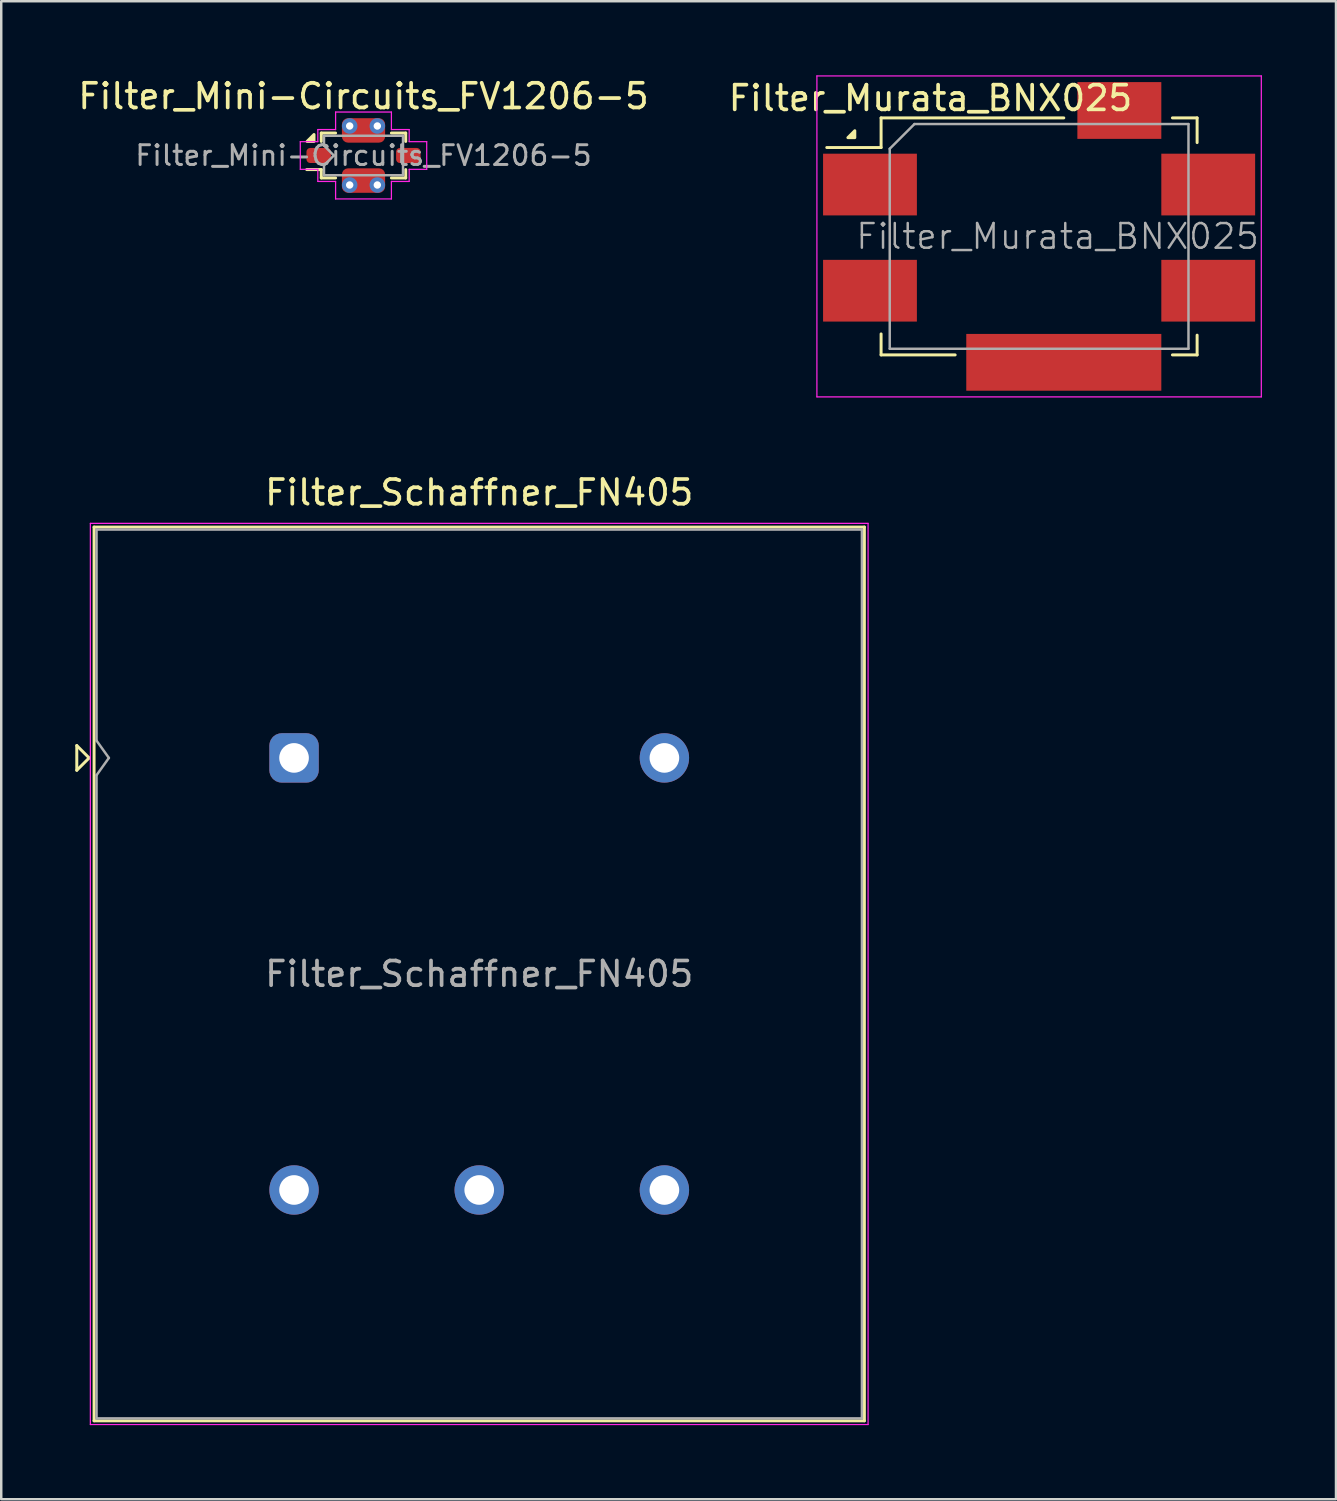
<source format=kicad_pcb>
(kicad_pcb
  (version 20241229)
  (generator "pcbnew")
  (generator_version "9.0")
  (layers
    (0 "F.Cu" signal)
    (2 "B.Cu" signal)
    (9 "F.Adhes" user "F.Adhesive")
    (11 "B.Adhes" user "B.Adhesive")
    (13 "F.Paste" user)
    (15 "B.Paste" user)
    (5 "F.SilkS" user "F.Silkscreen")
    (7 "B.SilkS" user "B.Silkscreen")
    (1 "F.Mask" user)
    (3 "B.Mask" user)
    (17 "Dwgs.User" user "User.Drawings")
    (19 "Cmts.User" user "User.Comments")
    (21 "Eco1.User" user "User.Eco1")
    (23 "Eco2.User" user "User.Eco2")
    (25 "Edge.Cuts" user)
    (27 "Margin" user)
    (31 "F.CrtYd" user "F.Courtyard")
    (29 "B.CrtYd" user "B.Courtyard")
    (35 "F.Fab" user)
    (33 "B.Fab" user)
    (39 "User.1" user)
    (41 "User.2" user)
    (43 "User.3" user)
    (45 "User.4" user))
  (footprint "Filter_Schaffner_FN405"
    (layer "F.Cu")
    (at 8.86 27.648)
    (property "Reference" "Filter_Schaffner_FN405" (at 7.5 -10.75 0) (layer "F.SilkS") (effects (font (size 1 1) (thickness 0.15))))
    (attr through_hole)
    (fp_line (start -8.8 -0.5) (end -8.3 0) (stroke (width 0.12) (type solid)) (layer "F.SilkS"))
    (fp_line (start -8.8 0.5) (end -8.8 -0.5) (stroke (width 0.12) (type solid)) (layer "F.SilkS"))
    (fp_line (start -8.3 0) (end -8.8 0.5) (stroke (width 0.12) (type solid)) (layer "F.SilkS"))
    (fp_line (start -8.1 -9.35) (end 23.1 -9.35) (stroke (width 0.12) (type solid)) (layer "F.SilkS"))
    (fp_line (start -8.1 26.85) (end -8.1 -9.35) (stroke (width 0.12) (type solid)) (layer "F.SilkS"))
    (fp_line (start 23.1 -9.35) (end 23.1 26.85) (stroke (width 0.12) (type solid)) (layer "F.SilkS"))
    (fp_line (start 23.1 26.85) (end -8.1 26.85) (stroke (width 0.12) (type solid)) (layer "F.SilkS"))
    (fp_line (start -8.25 -9.5) (end 23.25 -9.5) (stroke (width 0.05) (type solid)) (layer "F.CrtYd"))
    (fp_line (start -8.25 27) (end -8.25 -9.5) (stroke (width 0.05) (type solid)) (layer "F.CrtYd"))
    (fp_line (start 23.25 -9.5) (end 23.25 27) (stroke (width 0.05) (type solid)) (layer "F.CrtYd"))
    (fp_line (start 23.25 27) (end -8.25 27) (stroke (width 0.05) (type solid)) (layer "F.CrtYd"))
    (fp_line (start -8 -9.25) (end 23 -9.25) (stroke (width 0.1) (type solid)) (layer "F.Fab"))
    (fp_line (start -8 -0.7) (end -8 -9.25) (stroke (width 0.1) (type solid)) (layer "F.Fab"))
    (fp_line (start -8 0.7) (end -7.5 0) (stroke (width 0.1) (type solid)) (layer "F.Fab"))
    (fp_line (start -8 26.75) (end -8 0.7) (stroke (width 0.1) (type solid)) (layer "F.Fab"))
    (fp_line (start -7.5 0) (end -8 -0.7) (stroke (width 0.1) (type solid)) (layer "F.Fab"))
    (fp_line (start 23 -9.25) (end 23 26.75) (stroke (width 0.1) (type solid)) (layer "F.Fab"))
    (fp_line (start 23 26.75) (end -8 26.75) (stroke (width 0.1) (type solid)) (layer "F.Fab"))
    (fp_text user "${REFERENCE}" (at 7.5 8.75 0) (layer "F.Fab") (effects (font (size 1 1) (thickness 0.15))))
    (pad "1" thru_hole roundrect (at 0 0) (size 2 2) (drill 1.2) (layers "*.Cu" "*.Mask") (roundrect_rratio 0.25))
    (pad "2" thru_hole circle (at 0 17.5) (size 2 2) (drill 1.2) (layers "*.Cu" "*.Mask"))
    (pad "3" thru_hole circle (at 7.5 17.5) (size 2 2) (drill 1.2) (layers "*.Cu" "*.Mask"))
    (pad "4" thru_hole circle (at 15 17.5) (size 2 2) (drill 1.2) (layers "*.Cu" "*.Mask"))
    (pad "5" thru_hole circle (at 15 0) (size 2 2) (drill 1.2) (layers "*.Cu" "*.Mask")))
  (footprint "Filter_Mini-Circuits_FV1206-5"
    (layer "F.Cu")
    (at 11.673 3.248)
    (property "Reference" "Filter_Mini-Circuits_FV1206-5" (at 0 -2.4 0) (layer "F.SilkS") (effects (font (size 1 1) (thickness 0.15))))
    (attr smd)
    (fp_line (start -1.71 -0.91) (end -1.71 -0.57) (stroke (width 0.12) (type solid)) (layer "F.SilkS"))
    (fp_line (start -1.71 -0.91) (end -1.13 -0.91) (stroke (width 0.12) (type solid)) (layer "F.SilkS"))
    (fp_line (start -1.71 0.57) (end -2.3 0.57) (stroke (width 0.12) (type solid)) (layer "F.SilkS"))
    (fp_line (start -1.71 0.57) (end -1.71 0.91) (stroke (width 0.12) (type solid)) (layer "F.SilkS"))
    (fp_line (start -1.71 0.91) (end -1.13 0.91) (stroke (width 0.12) (type solid)) (layer "F.SilkS"))
    (fp_line (start 1.13 -0.91) (end 1.71 -0.91) (stroke (width 0.12) (type solid)) (layer "F.SilkS"))
    (fp_line (start 1.13 0.91) (end 1.71 0.91) (stroke (width 0.12) (type solid)) (layer "F.SilkS"))
    (fp_line (start 1.71 -0.91) (end 1.71 -0.57) (stroke (width 0.12) (type solid)) (layer "F.SilkS"))
    (fp_line (start 1.71 0.57) (end 1.71 0.91) (stroke (width 0.12) (type solid)) (layer "F.SilkS"))
    (fp_poly (pts (xy -2.005 -0.57) (xy -2.285 -0.57) (xy -2.005 -0.85) (xy -2.005 -0.57)) (stroke (width 0.12) (type solid)) (fill yes) (layer "F.SilkS"))
    (fp_line (start -2.56 -0.56) (end -2.56 0.56) (stroke (width 0.05) (type solid)) (layer "F.CrtYd"))
    (fp_line (start -2.56 -0.56) (end -1.85 -0.56) (stroke (width 0.05) (type solid)) (layer "F.CrtYd"))
    (fp_line (start -2.56 0.56) (end -1.85 0.56) (stroke (width 0.05) (type solid)) (layer "F.CrtYd"))
    (fp_line (start -1.85 -1.05) (end -1.85 -0.56) (stroke (width 0.05) (type solid)) (layer "F.CrtYd"))
    (fp_line (start -1.85 -1.05) (end -1.13 -1.05) (stroke (width 0.05) (type solid)) (layer "F.CrtYd"))
    (fp_line (start -1.85 0.56) (end -1.85 1.05) (stroke (width 0.05) (type solid)) (layer "F.CrtYd"))
    (fp_line (start -1.85 1.05) (end -1.13 1.05) (stroke (width 0.05) (type solid)) (layer "F.CrtYd"))
    (fp_line (start -1.13 -1.76) (end 1.13 -1.76) (stroke (width 0.05) (type solid)) (layer "F.CrtYd"))
    (fp_line (start -1.13 -1.05) (end -1.13 -1.76) (stroke (width 0.05) (type solid)) (layer "F.CrtYd"))
    (fp_line (start -1.13 1.76) (end -1.13 1.05) (stroke (width 0.05) (type solid)) (layer "F.CrtYd"))
    (fp_line (start -1.13 1.76) (end 1.13 1.76) (stroke (width 0.05) (type solid)) (layer "F.CrtYd"))
    (fp_line (start 1.13 -1.05) (end 1.13 -1.76) (stroke (width 0.05) (type solid)) (layer "F.CrtYd"))
    (fp_line (start 1.13 -1.05) (end 1.85 -1.05) (stroke (width 0.05) (type solid)) (layer "F.CrtYd"))
    (fp_line (start 1.13 1.05) (end 1.85 1.05) (stroke (width 0.05) (type solid)) (layer "F.CrtYd"))
    (fp_line (start 1.13 1.76) (end 1.13 1.05) (stroke (width 0.05) (type solid)) (layer "F.CrtYd"))
    (fp_line (start 1.85 -1.05) (end 1.85 -0.56) (stroke (width 0.05) (type solid)) (layer "F.CrtYd"))
    (fp_line (start 1.85 -0.56) (end 2.56 -0.56) (stroke (width 0.05) (type solid)) (layer "F.CrtYd"))
    (fp_line (start 1.85 0.56) (end 1.85 1.05) (stroke (width 0.05) (type solid)) (layer "F.CrtYd"))
    (fp_line (start 1.85 0.56) (end 2.56 0.56) (stroke (width 0.05) (type solid)) (layer "F.CrtYd"))
    (fp_line (start 2.56 -0.56) (end 2.56 0.56) (stroke (width 0.05) (type solid)) (layer "F.CrtYd"))
    (fp_line (start -1.6 -0.8) (end -1.6 -0.4) (stroke (width 0.1) (type solid)) (layer "F.Fab"))
    (fp_line (start -1.6 -0.8) (end 1.6 -0.8) (stroke (width 0.1) (type solid)) (layer "F.Fab"))
    (fp_line (start -1.6 0.8) (end -1.6 0.4) (stroke (width 0.1) (type solid)) (layer "F.Fab"))
    (fp_line (start -1.2 0) (end -1.6 -0.4) (stroke (width 0.1) (type solid)) (layer "F.Fab"))
    (fp_line (start -1.2 0) (end -1.6 0.4) (stroke (width 0.1) (type solid)) (layer "F.Fab"))
    (fp_line (start 1.6 -0.8) (end 1.6 0.8) (stroke (width 0.1) (type solid)) (layer "F.Fab"))
    (fp_line (start 1.6 0.8) (end -1.6 0.8) (stroke (width 0.1) (type solid)) (layer "F.Fab"))
    (fp_text user "${REFERENCE}" (at 0 0 0) (layer "F.Fab") (effects (font (size 0.8 0.8) (thickness 0.12))))
    (pad "1" smd roundrect (at -1.815 0) (size 0.99 0.61) (layers "F.Cu" "F.Mask" "F.Paste") (roundrect_rratio 0.25))
    (pad "2" thru_hole circle (at -0.56 1.195) (size 0.63 0.63) (drill 0.3) (layers "*.Cu" "*.Mask"))
    (pad "2" smd roundrect (at 0 1.015) (size 1.75 0.99) (layers "F.Cu" "F.Mask" "F.Paste") (roundrect_rratio 0.25))
    (pad "2" thru_hole circle (at 0.56 1.195) (size 0.63 0.63) (drill 0.3) (layers "*.Cu" "*.Mask"))
    (pad "3" smd roundrect (at 1.815 0) (size 0.99 0.61) (layers "F.Cu" "F.Mask" "F.Paste") (roundrect_rratio 0.25))
    (pad "4" thru_hole circle (at -0.56 -1.195) (size 0.63 0.63) (drill 0.3) (layers "*.Cu" "*.Mask"))
    (pad "4" smd roundrect (at 0 -1.015) (size 1.75 0.99) (layers "F.Cu" "F.Mask" "F.Paste") (roundrect_rratio 0.25))
    (pad "4" thru_hole circle (at 0.56 -1.195) (size 0.63 0.63) (drill 0.3) (layers "*.Cu" "*.Mask")))
  (footprint "Filter_Murata_BNX025"
    (layer "F.Cu")
    (at 39.037 6.525)
    (property "Reference" "Filter_Murata_BNX025" (at -4.4 -5.6 180) (layer "F.SilkS") (effects (font (size 1 1) (thickness 0.15))))
    (attr smd)
    (fp_line (start -6.4 -3.6) (end -8.6 -3.6) (stroke (width 0.12) (type solid)) (layer "F.SilkS"))
    (fp_line (start -6.4 -3.6) (end -6.4 -4.8) (stroke (width 0.12) (type solid)) (layer "F.SilkS"))
    (fp_line (start -6.4 4.8) (end -6.4 3.95) (stroke (width 0.12) (type solid)) (layer "F.SilkS"))
    (fp_line (start -3.4 4.8) (end -6.4 4.8) (stroke (width 0.12) (type solid)) (layer "F.SilkS"))
    (fp_line (start 1 -4.8) (end -6.4 -4.8) (stroke (width 0.12) (type solid)) (layer "F.SilkS"))
    (fp_line (start 5.4 4.8) (end 6.4 4.8) (stroke (width 0.12) (type solid)) (layer "F.SilkS"))
    (fp_line (start 6.4 -4.8) (end 5.4 -4.8) (stroke (width 0.12) (type solid)) (layer "F.SilkS"))
    (fp_line (start 6.4 -3.8) (end 6.4 -4.8) (stroke (width 0.12) (type solid)) (layer "F.SilkS"))
    (fp_line (start 6.4 4.8) (end 6.4 4) (stroke (width 0.12) (type solid)) (layer "F.SilkS"))
    (fp_poly (pts (xy -7.465 -4) (xy -7.745 -4) (xy -7.465 -4.28) (xy -7.465 -4)) (stroke (width 0.12) (type solid)) (fill yes) (layer "F.SilkS"))
    (fp_line (start -9 -6.5) (end -9 6.5) (stroke (width 0.05) (type solid)) (layer "F.CrtYd"))
    (fp_line (start -9 -6.5) (end 9 -6.5) (stroke (width 0.05) (type solid)) (layer "F.CrtYd"))
    (fp_line (start 9 6.5) (end -9 6.5) (stroke (width 0.05) (type solid)) (layer "F.CrtYd"))
    (fp_line (start 9 6.5) (end 9 -6.5) (stroke (width 0.05) (type solid)) (layer "F.CrtYd"))
    (fp_line (start -6.05 4.55) (end -6.05 -3.55) (stroke (width 0.1) (type solid)) (layer "F.Fab"))
    (fp_line (start -5.05 -4.55) (end -6.05 -3.55) (stroke (width 0.1) (type solid)) (layer "F.Fab"))
    (fp_line (start -5.05 -4.55) (end 6.05 -4.55) (stroke (width 0.1) (type solid)) (layer "F.Fab"))
    (fp_line (start 6.05 -4.55) (end 6.05 4.55) (stroke (width 0.1) (type solid)) (layer "F.Fab"))
    (fp_line (start 6.05 4.55) (end -6.05 4.55) (stroke (width 0.1) (type solid)) (layer "F.Fab"))
    (fp_text user "${REFERENCE}" (at 0.75 0 0) (layer "F.Fab") (effects (font (size 1 1) (thickness 0.1))))
    (pad "1" smd rect (at -6.85 -2.1) (size 3.8 2.5) (layers "F.Cu" "F.Mask" "F.Paste"))
    (pad "2" smd rect (at 6.85 -2.1) (size 3.8 2.5) (layers "F.Cu" "F.Mask" "F.Paste"))
    (pad "3" smd rect (at -6.85 2.2) (size 3.8 2.5) (layers "F.Cu" "F.Mask" "F.Paste"))
    (pad "4" smd rect (at 1 5.1) (size 7.9 2.3) (layers "F.Cu" "F.Mask" "F.Paste"))
    (pad "4" smd rect (at 3.25 -5.1) (size 3.4 2.3) (layers "F.Cu" "F.Mask" "F.Paste"))
    (pad "4" smd rect (at 6.85 2.2) (size 3.8 2.5) (layers "F.Cu" "F.Mask" "F.Paste")))
  (gr_rect
    (start -3 -3)
    (end 51.062 57.673)
    (stroke (width 0.1) (type default))
    (fill no)
    (layer "Edge.Cuts")))
</source>
